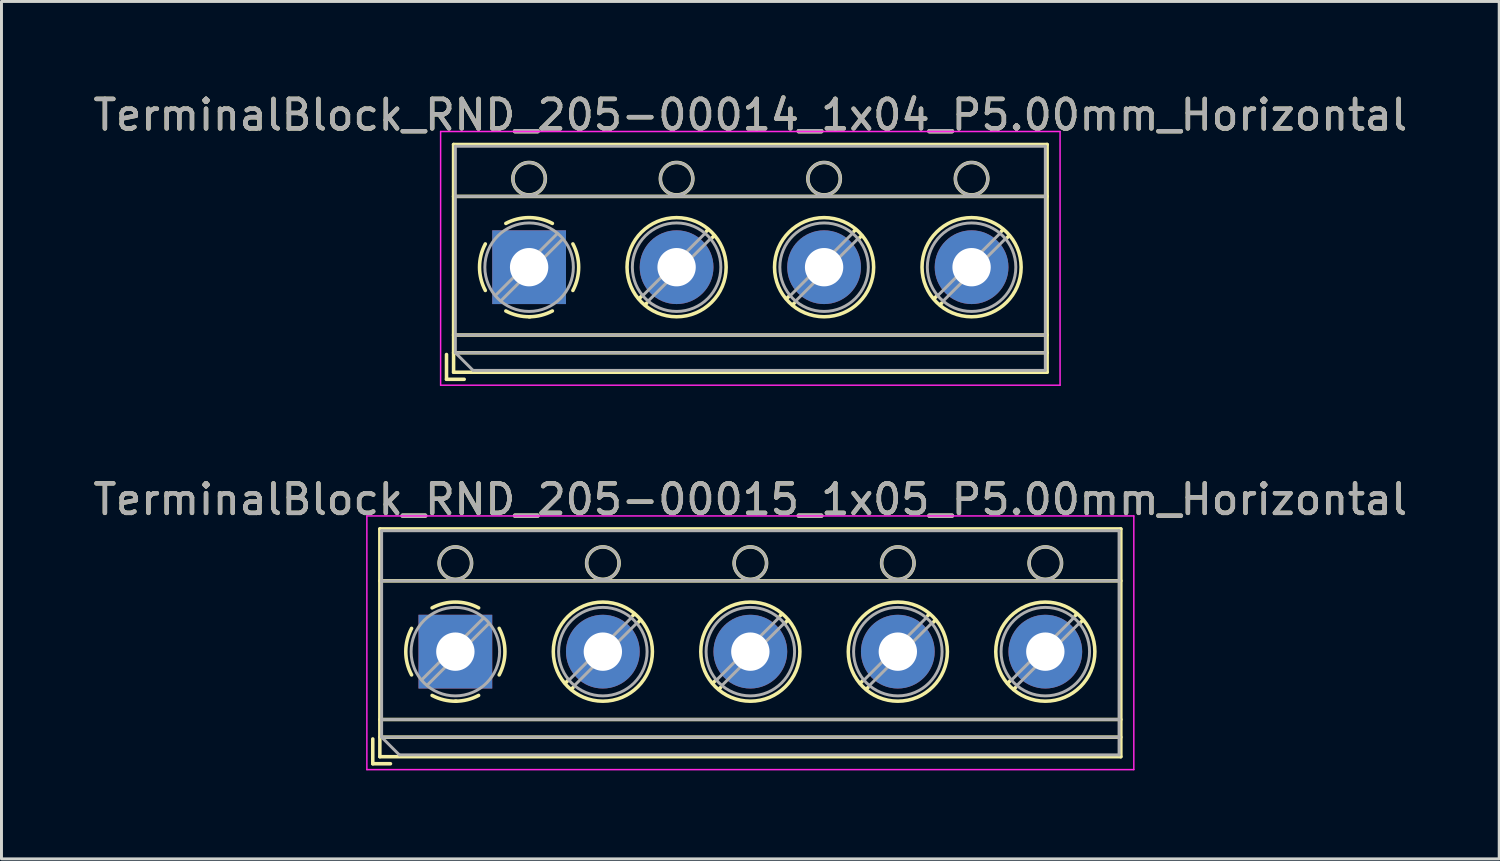
<source format=kicad_pcb>
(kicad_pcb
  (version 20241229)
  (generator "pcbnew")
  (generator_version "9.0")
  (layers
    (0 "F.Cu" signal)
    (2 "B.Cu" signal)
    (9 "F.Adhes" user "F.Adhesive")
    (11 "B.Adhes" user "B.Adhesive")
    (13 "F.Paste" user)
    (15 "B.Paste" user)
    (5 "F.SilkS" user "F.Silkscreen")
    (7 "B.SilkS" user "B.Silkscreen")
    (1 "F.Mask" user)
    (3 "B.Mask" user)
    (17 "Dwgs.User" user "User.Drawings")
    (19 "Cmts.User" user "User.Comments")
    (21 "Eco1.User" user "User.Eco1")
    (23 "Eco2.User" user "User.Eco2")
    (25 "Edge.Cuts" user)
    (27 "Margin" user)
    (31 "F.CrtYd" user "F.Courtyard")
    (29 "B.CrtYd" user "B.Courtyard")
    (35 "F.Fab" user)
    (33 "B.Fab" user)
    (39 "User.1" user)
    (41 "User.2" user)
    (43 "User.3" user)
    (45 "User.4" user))
  (footprint "TerminalBlock_RND_205-00014_1x04_P5.00mm_Horizontal"
    (layer "F.Cu")
    (at 14.887 6.008)
    (property "Reference" "TerminalBlock_RND_205-00014_1x04_P5.00mm_Horizontal" (at 7.5 -5.16 0) (layer "F.SilkS") (effects (font (size 1 1) (thickness 0.15))))
    (attr through_hole)
    (fp_line (start -2.8 2.96) (end -2.8 3.8) (stroke (width 0.12) (type solid)) (layer "F.SilkS"))
    (fp_line (start -2.8 3.8) (end -2.2 3.8) (stroke (width 0.12) (type solid)) (layer "F.SilkS"))
    (fp_line (start -2.56 -4.16) (end -2.56 3.561) (stroke (width 0.12) (type solid)) (layer "F.SilkS"))
    (fp_line (start -2.56 -4.16) (end 17.561 -4.16) (stroke (width 0.12) (type solid)) (layer "F.SilkS"))
    (fp_line (start -2.56 -2.4) (end 17.561 -2.4) (stroke (width 0.12) (type solid)) (layer "F.SilkS"))
    (fp_line (start -2.56 2.3) (end 17.561 2.3) (stroke (width 0.12) (type solid)) (layer "F.SilkS"))
    (fp_line (start -2.56 2.9) (end 17.561 2.9) (stroke (width 0.12) (type solid)) (layer "F.SilkS"))
    (fp_line (start -2.56 3.561) (end 17.561 3.561) (stroke (width 0.12) (type solid)) (layer "F.SilkS"))
    (fp_line (start 3.82 0.976) (end 3.726 1.069) (stroke (width 0.12) (type solid)) (layer "F.SilkS"))
    (fp_line (start 3.99 1.216) (end 3.931 1.274) (stroke (width 0.12) (type solid)) (layer "F.SilkS"))
    (fp_line (start 6.07 -1.275) (end 6.011 -1.216) (stroke (width 0.12) (type solid)) (layer "F.SilkS"))
    (fp_line (start 6.275 -1.069) (end 6.181 -0.976) (stroke (width 0.12) (type solid)) (layer "F.SilkS"))
    (fp_line (start 8.82 0.976) (end 8.726 1.069) (stroke (width 0.12) (type solid)) (layer "F.SilkS"))
    (fp_line (start 8.99 1.216) (end 8.931 1.274) (stroke (width 0.12) (type solid)) (layer "F.SilkS"))
    (fp_line (start 11.07 -1.275) (end 11.011 -1.216) (stroke (width 0.12) (type solid)) (layer "F.SilkS"))
    (fp_line (start 11.275 -1.069) (end 11.181 -0.976) (stroke (width 0.12) (type solid)) (layer "F.SilkS"))
    (fp_line (start 13.82 0.976) (end 13.726 1.069) (stroke (width 0.12) (type solid)) (layer "F.SilkS"))
    (fp_line (start 13.99 1.216) (end 13.931 1.274) (stroke (width 0.12) (type solid)) (layer "F.SilkS"))
    (fp_line (start 16.07 -1.275) (end 16.011 -1.216) (stroke (width 0.12) (type solid)) (layer "F.SilkS"))
    (fp_line (start 16.275 -1.069) (end 16.181 -0.976) (stroke (width 0.12) (type solid)) (layer "F.SilkS"))
    (fp_line (start 17.561 -4.16) (end 17.561 3.561) (stroke (width 0.12) (type solid)) (layer "F.SilkS"))
    (fp_arc (start -1.483953 0.789089) (mid -1.680708 0.00005) (end -1.484 -0.789) (stroke (width 0.12) (type solid)) (layer "F.SilkS"))
    (fp_arc (start -0.789089 -1.483953) (mid -0.00005 -1.680708) (end 0.789 -1.484) (stroke (width 0.12) (type solid)) (layer "F.SilkS"))
    (fp_arc (start 0.029383 1.68045) (mid -0.392304 1.634281) (end -0.789 1.484) (stroke (width 0.12) (type solid)) (layer "F.SilkS"))
    (fp_arc (start 0.788712 1.483352) (mid 0.406429 1.630097) (end 0 1.68) (stroke (width 0.12) (type solid)) (layer "F.SilkS"))
    (fp_arc (start 1.483953 -0.789089) (mid 1.680708 -0.00005) (end 1.484 0.789) (stroke (width 0.12) (type solid)) (layer "F.SilkS"))
    (fp_circle (center 0 -3) (end 0.55 -3) (stroke (width 0.12) (type solid)) (fill no) (layer "F.SilkS"))
    (fp_circle (center 5 -3) (end 5.55 -3) (stroke (width 0.12) (type solid)) (fill no) (layer "F.SilkS"))
    (fp_circle (center 5 0) (end 6.68 0) (stroke (width 0.12) (type solid)) (fill no) (layer "F.SilkS"))
    (fp_circle (center 10 -3) (end 10.55 -3) (stroke (width 0.12) (type solid)) (fill no) (layer "F.SilkS"))
    (fp_circle (center 10 0) (end 11.68 0) (stroke (width 0.12) (type solid)) (fill no) (layer "F.SilkS"))
    (fp_circle (center 15 -3) (end 15.55 -3) (stroke (width 0.12) (type solid)) (fill no) (layer "F.SilkS"))
    (fp_circle (center 15 0) (end 16.68 0) (stroke (width 0.12) (type solid)) (fill no) (layer "F.SilkS"))
    (fp_line (start -3 -4.6) (end -3 4) (stroke (width 0.05) (type solid)) (layer "F.CrtYd"))
    (fp_line (start -3 4) (end 18 4) (stroke (width 0.05) (type solid)) (layer "F.CrtYd"))
    (fp_line (start 18 -4.6) (end -3 -4.6) (stroke (width 0.05) (type solid)) (layer "F.CrtYd"))
    (fp_line (start 18 4) (end 18 -4.6) (stroke (width 0.05) (type solid)) (layer "F.CrtYd"))
    (fp_line (start -2.5 -4.1) (end 17.5 -4.1) (stroke (width 0.1) (type solid)) (layer "F.Fab"))
    (fp_line (start -2.5 -2.4) (end 17.5 -2.4) (stroke (width 0.1) (type solid)) (layer "F.Fab"))
    (fp_line (start -2.5 2.3) (end 17.5 2.3) (stroke (width 0.1) (type solid)) (layer "F.Fab"))
    (fp_line (start -2.5 2.9) (end -2.5 -4.1) (stroke (width 0.1) (type solid)) (layer "F.Fab"))
    (fp_line (start -2.5 2.9) (end 17.5 2.9) (stroke (width 0.1) (type solid)) (layer "F.Fab"))
    (fp_line (start -1.9 3.5) (end -2.5 2.9) (stroke (width 0.1) (type solid)) (layer "F.Fab"))
    (fp_line (start 0.955 -1.138) (end -1.138 0.955) (stroke (width 0.1) (type solid)) (layer "F.Fab"))
    (fp_line (start 1.138 -0.955) (end -0.955 1.138) (stroke (width 0.1) (type solid)) (layer "F.Fab"))
    (fp_line (start 5.955 -1.138) (end 3.863 0.955) (stroke (width 0.1) (type solid)) (layer "F.Fab"))
    (fp_line (start 6.138 -0.955) (end 4.046 1.138) (stroke (width 0.1) (type solid)) (layer "F.Fab"))
    (fp_line (start 10.955 -1.138) (end 8.863 0.955) (stroke (width 0.1) (type solid)) (layer "F.Fab"))
    (fp_line (start 11.138 -0.955) (end 9.046 1.138) (stroke (width 0.1) (type solid)) (layer "F.Fab"))
    (fp_line (start 15.955 -1.138) (end 13.863 0.955) (stroke (width 0.1) (type solid)) (layer "F.Fab"))
    (fp_line (start 16.138 -0.955) (end 14.046 1.138) (stroke (width 0.1) (type solid)) (layer "F.Fab"))
    (fp_line (start 17.5 -4.1) (end 17.5 3.5) (stroke (width 0.1) (type solid)) (layer "F.Fab"))
    (fp_line (start 17.5 3.5) (end -1.9 3.5) (stroke (width 0.1) (type solid)) (layer "F.Fab"))
    (fp_circle (center 0 -3) (end 0.55 -3) (stroke (width 0.1) (type solid)) (fill no) (layer "F.Fab"))
    (fp_circle (center 0 0) (end 1.5 0) (stroke (width 0.1) (type solid)) (fill no) (layer "F.Fab"))
    (fp_circle (center 5 -3) (end 5.55 -3) (stroke (width 0.1) (type solid)) (fill no) (layer "F.Fab"))
    (fp_circle (center 5 0) (end 6.5 0) (stroke (width 0.1) (type solid)) (fill no) (layer "F.Fab"))
    (fp_circle (center 10 -3) (end 10.55 -3) (stroke (width 0.1) (type solid)) (fill no) (layer "F.Fab"))
    (fp_circle (center 10 0) (end 11.5 0) (stroke (width 0.1) (type solid)) (fill no) (layer "F.Fab"))
    (fp_circle (center 15 -3) (end 15.55 -3) (stroke (width 0.1) (type solid)) (fill no) (layer "F.Fab"))
    (fp_circle (center 15 0) (end 16.5 0) (stroke (width 0.1) (type solid)) (fill no) (layer "F.Fab"))
    (fp_text user "${REFERENCE}" (at 7.5 -5.16 0) (layer "F.Fab") (effects (font (size 1 1) (thickness 0.15))))
    (pad "1" thru_hole rect (at 0 0) (size 2.5 2.5) (drill 1.3) (layers "*.Cu" "*.Mask"))
    (pad "2" thru_hole circle (at 5 0) (size 2.5 2.5) (drill 1.3) (layers "*.Cu" "*.Mask"))
    (pad "3" thru_hole circle (at 10 0) (size 2.5 2.5) (drill 1.3) (layers "*.Cu" "*.Mask"))
    (pad "4" thru_hole circle (at 15 0) (size 2.5 2.5) (drill 1.3) (layers "*.Cu" "*.Mask")))
  (footprint "TerminalBlock_RND_205-00015_1x05_P5.00mm_Horizontal"
    (layer "F.Cu")
    (at 12.387 19.041)
    (property "Reference" "TerminalBlock_RND_205-00015_1x05_P5.00mm_Horizontal" (at 10 -5.16 0) (layer "F.SilkS") (effects (font (size 1 1) (thickness 0.15))))
    (attr through_hole)
    (fp_line (start -2.8 2.96) (end -2.8 3.8) (stroke (width 0.12) (type solid)) (layer "F.SilkS"))
    (fp_line (start -2.8 3.8) (end -2.2 3.8) (stroke (width 0.12) (type solid)) (layer "F.SilkS"))
    (fp_line (start -2.56 -4.16) (end -2.56 3.561) (stroke (width 0.12) (type solid)) (layer "F.SilkS"))
    (fp_line (start -2.56 -4.16) (end 22.56 -4.16) (stroke (width 0.12) (type solid)) (layer "F.SilkS"))
    (fp_line (start -2.56 -2.4) (end 22.56 -2.4) (stroke (width 0.12) (type solid)) (layer "F.SilkS"))
    (fp_line (start -2.56 2.3) (end 22.56 2.3) (stroke (width 0.12) (type solid)) (layer "F.SilkS"))
    (fp_line (start -2.56 2.9) (end 22.56 2.9) (stroke (width 0.12) (type solid)) (layer "F.SilkS"))
    (fp_line (start -2.56 3.561) (end 22.56 3.561) (stroke (width 0.12) (type solid)) (layer "F.SilkS"))
    (fp_line (start 3.82 0.976) (end 3.726 1.069) (stroke (width 0.12) (type solid)) (layer "F.SilkS"))
    (fp_line (start 3.99 1.216) (end 3.931 1.274) (stroke (width 0.12) (type solid)) (layer "F.SilkS"))
    (fp_line (start 6.07 -1.275) (end 6.011 -1.216) (stroke (width 0.12) (type solid)) (layer "F.SilkS"))
    (fp_line (start 6.275 -1.069) (end 6.181 -0.976) (stroke (width 0.12) (type solid)) (layer "F.SilkS"))
    (fp_line (start 8.82 0.976) (end 8.726 1.069) (stroke (width 0.12) (type solid)) (layer "F.SilkS"))
    (fp_line (start 8.99 1.216) (end 8.931 1.274) (stroke (width 0.12) (type solid)) (layer "F.SilkS"))
    (fp_line (start 11.07 -1.275) (end 11.011 -1.216) (stroke (width 0.12) (type solid)) (layer "F.SilkS"))
    (fp_line (start 11.275 -1.069) (end 11.181 -0.976) (stroke (width 0.12) (type solid)) (layer "F.SilkS"))
    (fp_line (start 13.82 0.976) (end 13.726 1.069) (stroke (width 0.12) (type solid)) (layer "F.SilkS"))
    (fp_line (start 13.99 1.216) (end 13.931 1.274) (stroke (width 0.12) (type solid)) (layer "F.SilkS"))
    (fp_line (start 16.07 -1.275) (end 16.011 -1.216) (stroke (width 0.12) (type solid)) (layer "F.SilkS"))
    (fp_line (start 16.275 -1.069) (end 16.181 -0.976) (stroke (width 0.12) (type solid)) (layer "F.SilkS"))
    (fp_line (start 18.82 0.976) (end 18.726 1.069) (stroke (width 0.12) (type solid)) (layer "F.SilkS"))
    (fp_line (start 18.99 1.216) (end 18.931 1.274) (stroke (width 0.12) (type solid)) (layer "F.SilkS"))
    (fp_line (start 21.07 -1.275) (end 21.011 -1.216) (stroke (width 0.12) (type solid)) (layer "F.SilkS"))
    (fp_line (start 21.275 -1.069) (end 21.181 -0.976) (stroke (width 0.12) (type solid)) (layer "F.SilkS"))
    (fp_line (start 22.56 -4.16) (end 22.56 3.561) (stroke (width 0.12) (type solid)) (layer "F.SilkS"))
    (fp_arc (start -1.483953 0.789089) (mid -1.680708 0.00005) (end -1.484 -0.789) (stroke (width 0.12) (type solid)) (layer "F.SilkS"))
    (fp_arc (start -0.789089 -1.483953) (mid -0.00005 -1.680708) (end 0.789 -1.484) (stroke (width 0.12) (type solid)) (layer "F.SilkS"))
    (fp_arc (start 0.029383 1.68045) (mid -0.392304 1.634281) (end -0.789 1.484) (stroke (width 0.12) (type solid)) (layer "F.SilkS"))
    (fp_arc (start 0.788712 1.483352) (mid 0.406429 1.630097) (end 0 1.68) (stroke (width 0.12) (type solid)) (layer "F.SilkS"))
    (fp_arc (start 1.483953 -0.789089) (mid 1.680708 -0.00005) (end 1.484 0.789) (stroke (width 0.12) (type solid)) (layer "F.SilkS"))
    (fp_circle (center 0 -3) (end 0.55 -3) (stroke (width 0.12) (type solid)) (fill no) (layer "F.SilkS"))
    (fp_circle (center 5 -3) (end 5.55 -3) (stroke (width 0.12) (type solid)) (fill no) (layer "F.SilkS"))
    (fp_circle (center 5 0) (end 6.68 0) (stroke (width 0.12) (type solid)) (fill no) (layer "F.SilkS"))
    (fp_circle (center 10 -3) (end 10.55 -3) (stroke (width 0.12) (type solid)) (fill no) (layer "F.SilkS"))
    (fp_circle (center 10 0) (end 11.68 0) (stroke (width 0.12) (type solid)) (fill no) (layer "F.SilkS"))
    (fp_circle (center 15 -3) (end 15.55 -3) (stroke (width 0.12) (type solid)) (fill no) (layer "F.SilkS"))
    (fp_circle (center 15 0) (end 16.68 0) (stroke (width 0.12) (type solid)) (fill no) (layer "F.SilkS"))
    (fp_circle (center 20 -3) (end 20.55 -3) (stroke (width 0.12) (type solid)) (fill no) (layer "F.SilkS"))
    (fp_circle (center 20 0) (end 21.68 0) (stroke (width 0.12) (type solid)) (fill no) (layer "F.SilkS"))
    (fp_line (start -3 -4.6) (end -3 4) (stroke (width 0.05) (type solid)) (layer "F.CrtYd"))
    (fp_line (start -3 4) (end 23 4) (stroke (width 0.05) (type solid)) (layer "F.CrtYd"))
    (fp_line (start 23 -4.6) (end -3 -4.6) (stroke (width 0.05) (type solid)) (layer "F.CrtYd"))
    (fp_line (start 23 4) (end 23 -4.6) (stroke (width 0.05) (type solid)) (layer "F.CrtYd"))
    (fp_line (start -2.5 -4.1) (end 22.5 -4.1) (stroke (width 0.1) (type solid)) (layer "F.Fab"))
    (fp_line (start -2.5 -2.4) (end 22.5 -2.4) (stroke (width 0.1) (type solid)) (layer "F.Fab"))
    (fp_line (start -2.5 2.3) (end 22.5 2.3) (stroke (width 0.1) (type solid)) (layer "F.Fab"))
    (fp_line (start -2.5 2.9) (end -2.5 -4.1) (stroke (width 0.1) (type solid)) (layer "F.Fab"))
    (fp_line (start -2.5 2.9) (end 22.5 2.9) (stroke (width 0.1) (type solid)) (layer "F.Fab"))
    (fp_line (start -1.9 3.5) (end -2.5 2.9) (stroke (width 0.1) (type solid)) (layer "F.Fab"))
    (fp_line (start 0.955 -1.138) (end -1.138 0.955) (stroke (width 0.1) (type solid)) (layer "F.Fab"))
    (fp_line (start 1.138 -0.955) (end -0.955 1.138) (stroke (width 0.1) (type solid)) (layer "F.Fab"))
    (fp_line (start 5.955 -1.138) (end 3.863 0.955) (stroke (width 0.1) (type solid)) (layer "F.Fab"))
    (fp_line (start 6.138 -0.955) (end 4.046 1.138) (stroke (width 0.1) (type solid)) (layer "F.Fab"))
    (fp_line (start 10.955 -1.138) (end 8.863 0.955) (stroke (width 0.1) (type solid)) (layer "F.Fab"))
    (fp_line (start 11.138 -0.955) (end 9.046 1.138) (stroke (width 0.1) (type solid)) (layer "F.Fab"))
    (fp_line (start 15.955 -1.138) (end 13.863 0.955) (stroke (width 0.1) (type solid)) (layer "F.Fab"))
    (fp_line (start 16.138 -0.955) (end 14.046 1.138) (stroke (width 0.1) (type solid)) (layer "F.Fab"))
    (fp_line (start 20.955 -1.138) (end 18.863 0.955) (stroke (width 0.1) (type solid)) (layer "F.Fab"))
    (fp_line (start 21.138 -0.955) (end 19.046 1.138) (stroke (width 0.1) (type solid)) (layer "F.Fab"))
    (fp_line (start 22.5 -4.1) (end 22.5 3.5) (stroke (width 0.1) (type solid)) (layer "F.Fab"))
    (fp_line (start 22.5 3.5) (end -1.9 3.5) (stroke (width 0.1) (type solid)) (layer "F.Fab"))
    (fp_circle (center 0 -3) (end 0.55 -3) (stroke (width 0.1) (type solid)) (fill no) (layer "F.Fab"))
    (fp_circle (center 0 0) (end 1.5 0) (stroke (width 0.1) (type solid)) (fill no) (layer "F.Fab"))
    (fp_circle (center 5 -3) (end 5.55 -3) (stroke (width 0.1) (type solid)) (fill no) (layer "F.Fab"))
    (fp_circle (center 5 0) (end 6.5 0) (stroke (width 0.1) (type solid)) (fill no) (layer "F.Fab"))
    (fp_circle (center 10 -3) (end 10.55 -3) (stroke (width 0.1) (type solid)) (fill no) (layer "F.Fab"))
    (fp_circle (center 10 0) (end 11.5 0) (stroke (width 0.1) (type solid)) (fill no) (layer "F.Fab"))
    (fp_circle (center 15 -3) (end 15.55 -3) (stroke (width 0.1) (type solid)) (fill no) (layer "F.Fab"))
    (fp_circle (center 15 0) (end 16.5 0) (stroke (width 0.1) (type solid)) (fill no) (layer "F.Fab"))
    (fp_circle (center 20 -3) (end 20.55 -3) (stroke (width 0.1) (type solid)) (fill no) (layer "F.Fab"))
    (fp_circle (center 20 0) (end 21.5 0) (stroke (width 0.1) (type solid)) (fill no) (layer "F.Fab"))
    (fp_text user "${REFERENCE}" (at 10 -5.16 0) (layer "F.Fab") (effects (font (size 1 1) (thickness 0.15))))
    (pad "1" thru_hole rect (at 0 0) (size 2.5 2.5) (drill 1.3) (layers "*.Cu" "*.Mask"))
    (pad "2" thru_hole circle (at 5 0) (size 2.5 2.5) (drill 1.3) (layers "*.Cu" "*.Mask"))
    (pad "3" thru_hole circle (at 10 0) (size 2.5 2.5) (drill 1.3) (layers "*.Cu" "*.Mask"))
    (pad "4" thru_hole circle (at 15 0) (size 2.5 2.5) (drill 1.3) (layers "*.Cu" "*.Mask"))
    (pad "5" thru_hole circle (at 20 0) (size 2.5 2.5) (drill 1.3) (layers "*.Cu" "*.Mask")))
  (gr_rect
    (start -3 -3)
    (end 47.774 26.067)
    (stroke (width 0.1) (type default))
    (fill no)
    (layer "Edge.Cuts")))
</source>
